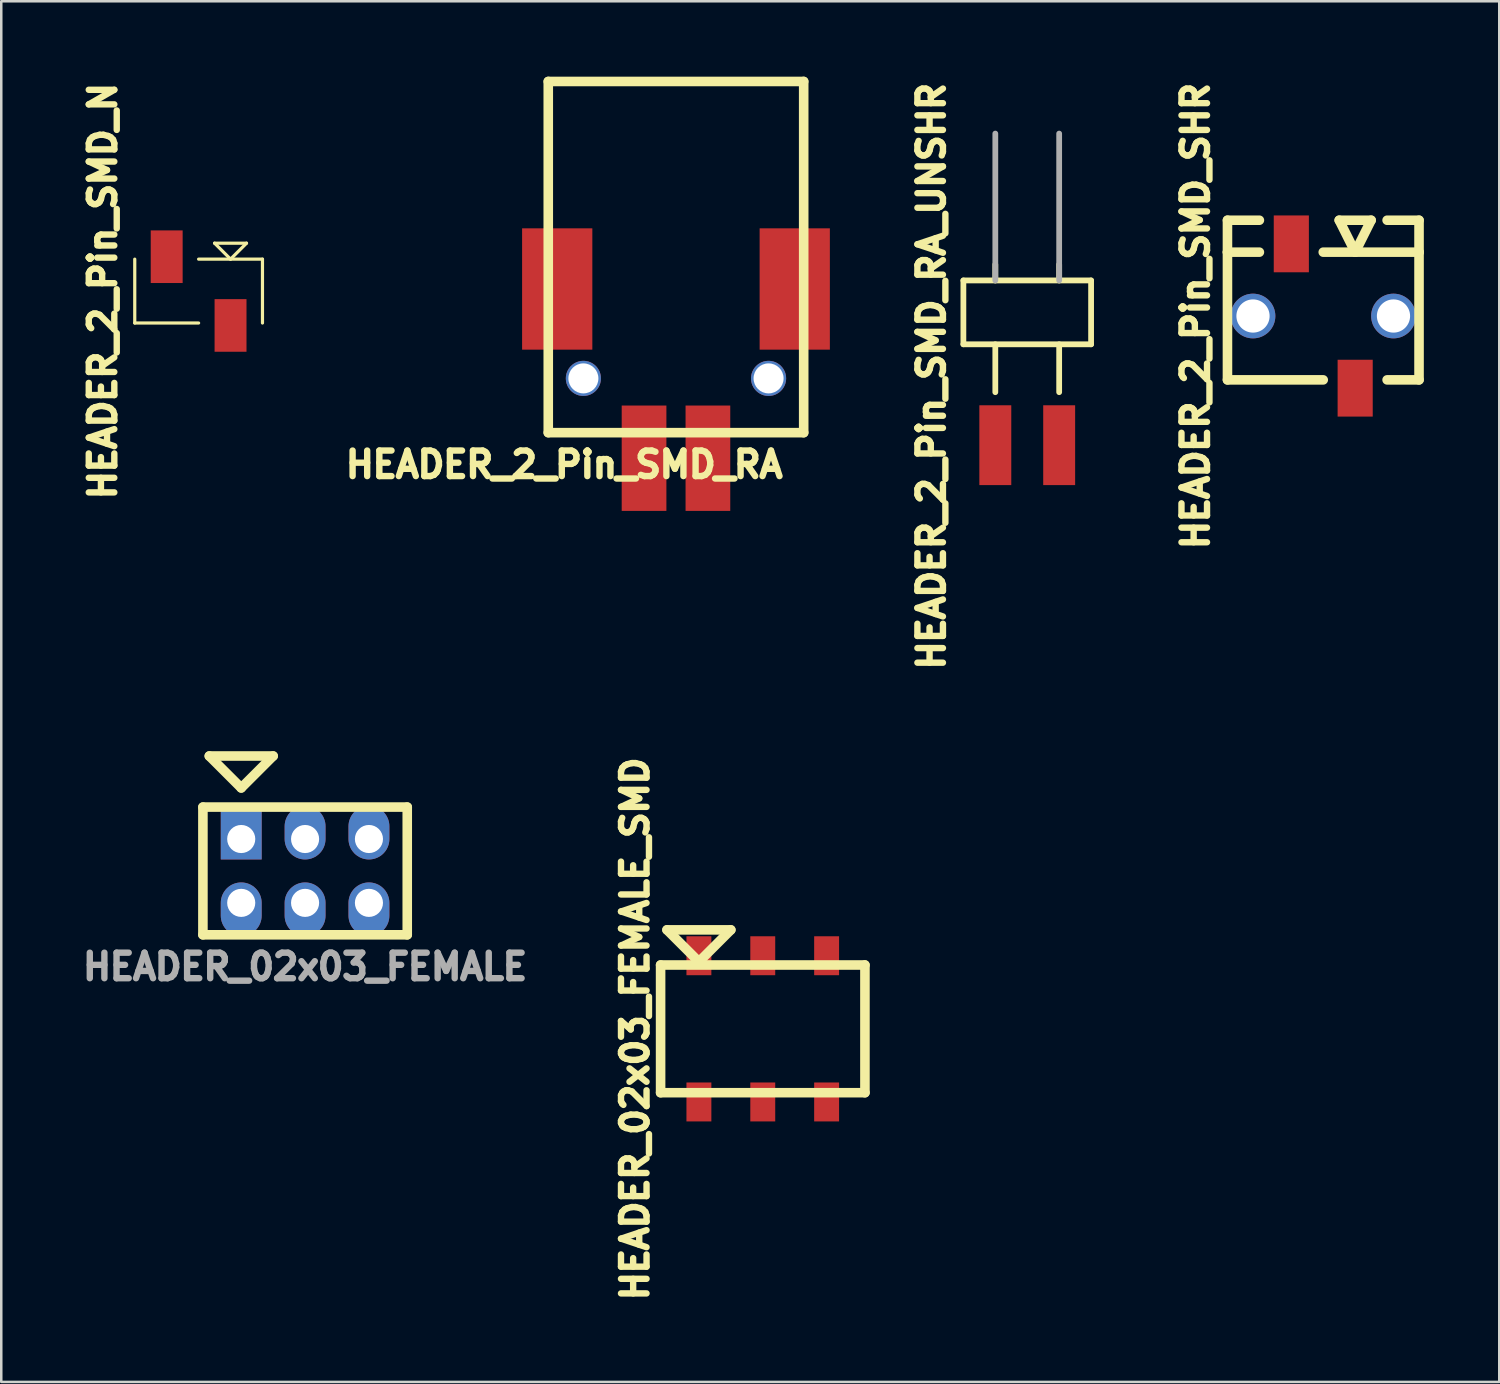
<source format=kicad_pcb>
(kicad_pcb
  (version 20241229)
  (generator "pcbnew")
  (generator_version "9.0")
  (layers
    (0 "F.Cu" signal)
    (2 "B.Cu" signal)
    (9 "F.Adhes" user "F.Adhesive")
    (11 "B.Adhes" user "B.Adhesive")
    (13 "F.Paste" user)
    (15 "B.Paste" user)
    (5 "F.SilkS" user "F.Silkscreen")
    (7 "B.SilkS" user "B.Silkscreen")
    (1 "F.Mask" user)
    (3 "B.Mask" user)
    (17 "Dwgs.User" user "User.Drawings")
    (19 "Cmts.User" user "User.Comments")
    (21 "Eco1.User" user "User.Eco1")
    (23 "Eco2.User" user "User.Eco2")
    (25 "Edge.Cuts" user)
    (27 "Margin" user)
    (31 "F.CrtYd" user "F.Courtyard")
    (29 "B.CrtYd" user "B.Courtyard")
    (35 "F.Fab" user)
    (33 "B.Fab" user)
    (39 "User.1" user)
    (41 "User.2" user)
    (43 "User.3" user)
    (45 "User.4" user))
  (footprint "HEADER_2_Pin_SMD_SHR"
    (layer "F.Cu")
    (at 49.584 9.52)
    (property "Reference" "HEADER_2_Pin_SMD_SHR" (at -5.08 0 90) (layer "F.SilkS") (effects (font (size 1.016 1.016) (thickness 0.254))))
    (property "Value" "${VALUE}" (at 5.08 0 90) (layer "F.SilkS") (hide yes) (effects (font (size 1.524 1.524) (thickness 0.305))))
    (attr through_hole)
    (fp_line (start -3.81 -3.81) (end -2.54 -3.81) (stroke (width 0.381) (type solid)) (layer "F.SilkS"))
    (fp_line (start -3.81 -2.54) (end -3.81 -3.81) (stroke (width 0.381) (type solid)) (layer "F.SilkS"))
    (fp_line (start -3.81 -2.54) (end -3.81 2.54) (stroke (width 0.381) (type solid)) (layer "F.SilkS"))
    (fp_line (start -3.81 -2.54) (end -2.54 -2.54) (stroke (width 0.381) (type solid)) (layer "F.SilkS"))
    (fp_line (start -3.81 2.54) (end 0 2.54) (stroke (width 0.381) (type solid)) (layer "F.SilkS"))
    (fp_line (start 0 -2.54) (end 3.81 -2.54) (stroke (width 0.381) (type solid)) (layer "F.SilkS"))
    (fp_line (start 0.635 -3.81) (end 1.27 -2.54) (stroke (width 0.381) (type solid)) (layer "F.SilkS"))
    (fp_line (start 1.27 -2.54) (end 1.905 -3.81) (stroke (width 0.381) (type solid)) (layer "F.SilkS"))
    (fp_line (start 1.905 -3.81) (end 0.635 -3.81) (stroke (width 0.381) (type solid)) (layer "F.SilkS"))
    (fp_line (start 2.54 -3.81) (end 3.81 -3.81) (stroke (width 0.381) (type solid)) (layer "F.SilkS"))
    (fp_line (start 3.81 -3.81) (end 3.81 -2.54) (stroke (width 0.381) (type solid)) (layer "F.SilkS"))
    (fp_line (start 3.81 -2.54) (end 3.81 2.54) (stroke (width 0.381) (type solid)) (layer "F.SilkS"))
    (fp_line (start 3.81 2.54) (end 2.54 2.54) (stroke (width 0.381) (type solid)) (layer "F.SilkS"))
    (pad "" thru_hole circle (at -2.794 0) (size 1.778 1.778) (drill 1.321) (layers "*.Cu" "*.Mask"))
    (pad "" thru_hole circle (at 2.794 0) (size 1.778 1.778) (drill 1.321) (layers "*.Cu" "*.Mask"))
    (pad "1" smd rect (at 1.27 2.87) (size 1.397 2.261) (layers "F.Cu" "F.Mask" "F.Paste"))
    (pad "2" smd rect (at -1.27 -2.87) (size 1.397 2.261) (layers "F.Cu" "F.Mask" "F.Paste")))
  (footprint "HEADER_2_Pin_SMD_RA_UNSHR"
    (layer "F.Cu")
    (at 37.81 9.375)
    (property "Reference" "HEADER_2_Pin_SMD_RA_UNSHR" (at -3.81 2.54 90) (layer "F.SilkS") (effects (font (size 1.016 1.016) (thickness 0.254))))
    (property "Value" "${VALUE}" (at -3.81 2.54 90) (layer "F.SilkS") (hide yes) (effects (font (size 1.524 1.524) (thickness 0.305))))
    (attr through_hole)
    (fp_line (start -2.54 -1.27) (end -2.54 1.27) (stroke (width 0.229) (type solid)) (layer "F.SilkS"))
    (fp_line (start -2.54 1.27) (end 2.54 1.27) (stroke (width 0.229) (type solid)) (layer "F.SilkS"))
    (fp_line (start -1.27 -1.27) (end -1.27 -1.905) (stroke (width 0.229) (type solid)) (layer "F.SilkS"))
    (fp_line (start -1.27 1.27) (end -1.27 3.175) (stroke (width 0.229) (type solid)) (layer "F.SilkS"))
    (fp_line (start 1.27 -1.27) (end 1.27 -1.905) (stroke (width 0.229) (type solid)) (layer "F.SilkS"))
    (fp_line (start 1.27 1.27) (end 1.27 3.175) (stroke (width 0.229) (type solid)) (layer "F.SilkS"))
    (fp_line (start 2.54 -1.27) (end -2.54 -1.27) (stroke (width 0.229) (type solid)) (layer "F.SilkS"))
    (fp_line (start 2.54 1.27) (end 2.54 -1.27) (stroke (width 0.229) (type solid)) (layer "F.SilkS"))
    (fp_line (start -1.27 -7.112) (end -1.27 -1.27) (stroke (width 0.229) (type solid)) (layer "F.Fab"))
    (fp_line (start 1.27 -7.112) (end 1.27 -1.27) (stroke (width 0.229) (type solid)) (layer "F.Fab"))
    (pad "1" smd rect (at -1.27 5.283) (size 1.27 3.175) (layers "F.Cu" "F.Mask" "F.Paste"))
    (pad "2" smd rect (at 1.27 5.283) (size 1.27 3.175) (layers "F.Cu" "F.Mask" "F.Paste")))
  (footprint "HEADER_2_Pin_SMD_N"
    (layer "F.Cu")
    (at 4.85 8.528)
    (property "Reference" "HEADER_2_Pin_SMD_N" (at -3.81 0 90) (layer "F.SilkS") (effects (font (size 1.016 1.016) (thickness 0.254))))
    (property "Value" "${VALUE}" (at 0 -4.445 0) (layer "F.SilkS") (hide yes) (effects (font (size 1.524 1.524) (thickness 0.305))))
    (attr through_hole)
    (fp_line (start -2.54 1.27) (end -2.54 -1.27) (stroke (width 0.127) (type solid)) (layer "F.SilkS"))
    (fp_line (start 0 1.27) (end -2.54 1.27) (stroke (width 0.127) (type solid)) (layer "F.SilkS"))
    (fp_line (start 0.635 -1.905) (end 1.905 -1.905) (stroke (width 0.127) (type solid)) (layer "F.SilkS"))
    (fp_line (start 1.27 -1.27) (end 0.635 -1.905) (stroke (width 0.127) (type solid)) (layer "F.SilkS"))
    (fp_line (start 1.905 -1.905) (end 1.27 -1.27) (stroke (width 0.127) (type solid)) (layer "F.SilkS"))
    (fp_line (start 2.54 -1.27) (end 0 -1.27) (stroke (width 0.127) (type solid)) (layer "F.SilkS"))
    (fp_line (start 2.54 1.27) (end 2.54 -1.27) (stroke (width 0.127) (type solid)) (layer "F.SilkS"))
    (pad "1" smd rect (at 1.27 1.367) (size 1.27 2.093) (layers "F.Cu" "F.Mask" "F.Paste"))
    (pad "2" smd rect (at -1.27 -1.367) (size 1.27 2.093) (layers "F.Cu" "F.Mask" "F.Paste")))
  (footprint "HEADER_02x03_FEMALE"
    (layer "F.Cu")
    (at 9.085 31.593)
    (property "Reference" "HEADER_02x03_FEMALE" (at 0 3.81 0) (layer "F.Fab") (effects (font (size 1.016 1.016) (thickness 0.254))))
    (property "Value" "${VALUE}" (at -5.08 0 90) (layer "F.SilkS") (hide yes) (effects (font (size 1.016 1.016) (thickness 0.254))))
    (attr through_hole)
    (fp_line (start -4.064 -2.54) (end -4.064 2.54) (stroke (width 0.381) (type solid)) (layer "F.SilkS"))
    (fp_line (start -4.064 2.54) (end 4.064 2.54) (stroke (width 0.381) (type solid)) (layer "F.SilkS"))
    (fp_line (start -3.81 -4.572) (end -2.54 -3.302) (stroke (width 0.381) (type solid)) (layer "F.SilkS"))
    (fp_line (start -2.54 -3.302) (end -1.27 -4.572) (stroke (width 0.381) (type solid)) (layer "F.SilkS"))
    (fp_line (start -1.27 -4.572) (end -3.81 -4.572) (stroke (width 0.381) (type solid)) (layer "F.SilkS"))
    (fp_line (start 4.064 -2.54) (end -4.064 -2.54) (stroke (width 0.381) (type solid)) (layer "F.SilkS"))
    (fp_line (start 4.064 -2.54) (end 4.064 2.54) (stroke (width 0.381) (type solid)) (layer "F.SilkS"))
    (pad "1" thru_hole rect (at -2.54 -1.27) (size 1.626 2.134) (drill 1.118 (offset 0 -0.254)) (layers "*.Cu" "*.Mask"))
    (pad "2" thru_hole oval (at -2.54 1.27) (size 1.626 2.134) (drill 1.118 (offset 0 0.254)) (layers "*.Cu" "*.Mask"))
    (pad "3" thru_hole oval (at 0 -1.27) (size 1.626 2.134) (drill 1.118 (offset 0 -0.254)) (layers "*.Cu" "*.Mask"))
    (pad "4" thru_hole oval (at 0 1.27) (size 1.626 2.134) (drill 1.118 (offset 0 0.254)) (layers "*.Cu" "*.Mask"))
    (pad "5" thru_hole oval (at 2.54 -1.27) (size 1.626 2.134) (drill 1.118 (offset 0 -0.254)) (layers "*.Cu" "*.Mask"))
    (pad "6" thru_hole oval (at 2.54 1.27) (size 1.626 2.134) (drill 1.118 (offset 0 0.254)) (layers "*.Cu" "*.Mask")))
  (footprint "HEADER_02x03_FEMALE_SMD"
    (layer "F.Cu")
    (at 27.29 37.874)
    (property "Reference" "HEADER_02x03_FEMALE_SMD" (at -5.08 0 90) (layer "F.SilkS") (effects (font (size 1.016 1.016) (thickness 0.254))))
    (property "Value" "${VALUE}" (at 5.08 0 270) (layer "F.SilkS") (hide yes) (effects (font (size 1.016 1.016) (thickness 0.254))))
    (attr through_hole)
    (fp_line (start -4.064 -2.54) (end -4.064 2.54) (stroke (width 0.381) (type solid)) (layer "F.SilkS"))
    (fp_line (start -4.064 2.54) (end 4.064 2.54) (stroke (width 0.381) (type solid)) (layer "F.SilkS"))
    (fp_line (start -3.81 -3.937) (end -2.54 -2.667) (stroke (width 0.381) (type solid)) (layer "F.SilkS"))
    (fp_line (start -2.54 -2.667) (end -1.27 -3.937) (stroke (width 0.381) (type solid)) (layer "F.SilkS"))
    (fp_line (start -1.27 -3.937) (end -3.81 -3.937) (stroke (width 0.381) (type solid)) (layer "F.SilkS"))
    (fp_line (start 4.064 -2.54) (end -4.064 -2.54) (stroke (width 0.381) (type solid)) (layer "F.SilkS"))
    (fp_line (start 4.064 -2.54) (end 4.064 2.54) (stroke (width 0.381) (type solid)) (layer "F.SilkS"))
    (pad "1" smd rect (at -2.54 -2.908) (size 0.991 1.549) (layers "F.Cu" "F.Mask" "F.Paste"))
    (pad "2" smd rect (at -2.54 2.908) (size 0.991 1.549) (layers "F.Cu" "F.Mask" "F.Paste"))
    (pad "3" smd rect (at 0 -2.908) (size 0.991 1.549) (layers "F.Cu" "F.Mask" "F.Paste"))
    (pad "4" smd rect (at 0 2.908) (size 0.991 1.549) (layers "F.Cu" "F.Mask" "F.Paste"))
    (pad "5" smd rect (at 2.54 -2.908) (size 0.991 1.549) (layers "F.Cu" "F.Mask" "F.Paste"))
    (pad "6" smd rect (at 2.54 2.908) (size 0.991 1.549) (layers "F.Cu" "F.Mask" "F.Paste")))
  (footprint "HEADER_2_Pin_SMD_RA"
    (layer "F.Cu")
    (at 23.838 8.445)
    (property "Reference" "HEADER_2_Pin_SMD_RA" (at -4.445 6.985 180) (layer "F.SilkS") (effects (font (size 1.016 1.016) (thickness 0.254))))
    (property "Value" "${VALUE}" (at 0.635 -3.81 0) (layer "F.SilkS") (hide yes) (effects (font (size 1.524 1.524) (thickness 0.305))))
    (attr through_hole)
    (fp_line (start -5.08 -8.255) (end -5.08 5.715) (stroke (width 0.381) (type solid)) (layer "F.SilkS"))
    (fp_line (start -5.08 -8.255) (end 5.08 -8.255) (stroke (width 0.381) (type solid)) (layer "F.SilkS"))
    (fp_line (start -5.08 5.715) (end 5.08 5.715) (stroke (width 0.381) (type solid)) (layer "F.SilkS"))
    (fp_line (start 5.08 -8.255) (end 5.08 5.715) (stroke (width 0.381) (type solid)) (layer "F.SilkS"))
    (pad "" smd rect (at -4.724 0) (size 2.794 4.826) (layers "F.Cu" "F.Mask" "F.Paste"))
    (pad "" thru_hole circle (at -3.683 3.556) (size 1.397 1.397) (drill 1.194) (layers "*.Cu" "*.Mask"))
    (pad "" thru_hole circle (at 3.683 3.556) (size 1.397 1.397) (drill 1.194) (layers "*.Cu" "*.Mask"))
    (pad "" smd rect (at 4.724 0) (size 2.794 4.826) (layers "F.Cu" "F.Mask" "F.Paste"))
    (pad "1" smd rect (at -1.27 6.731) (size 1.778 4.191) (layers "F.Cu" "F.Mask" "F.Paste"))
    (pad "2" smd rect (at 1.27 6.731) (size 1.778 4.191) (layers "F.Cu" "F.Mask" "F.Paste")))
  (gr_rect
    (start -3 -3)
    (end 56.585 51.918)
    (stroke (width 0.1) (type default))
    (fill no)
    (layer "Edge.Cuts")))
</source>
